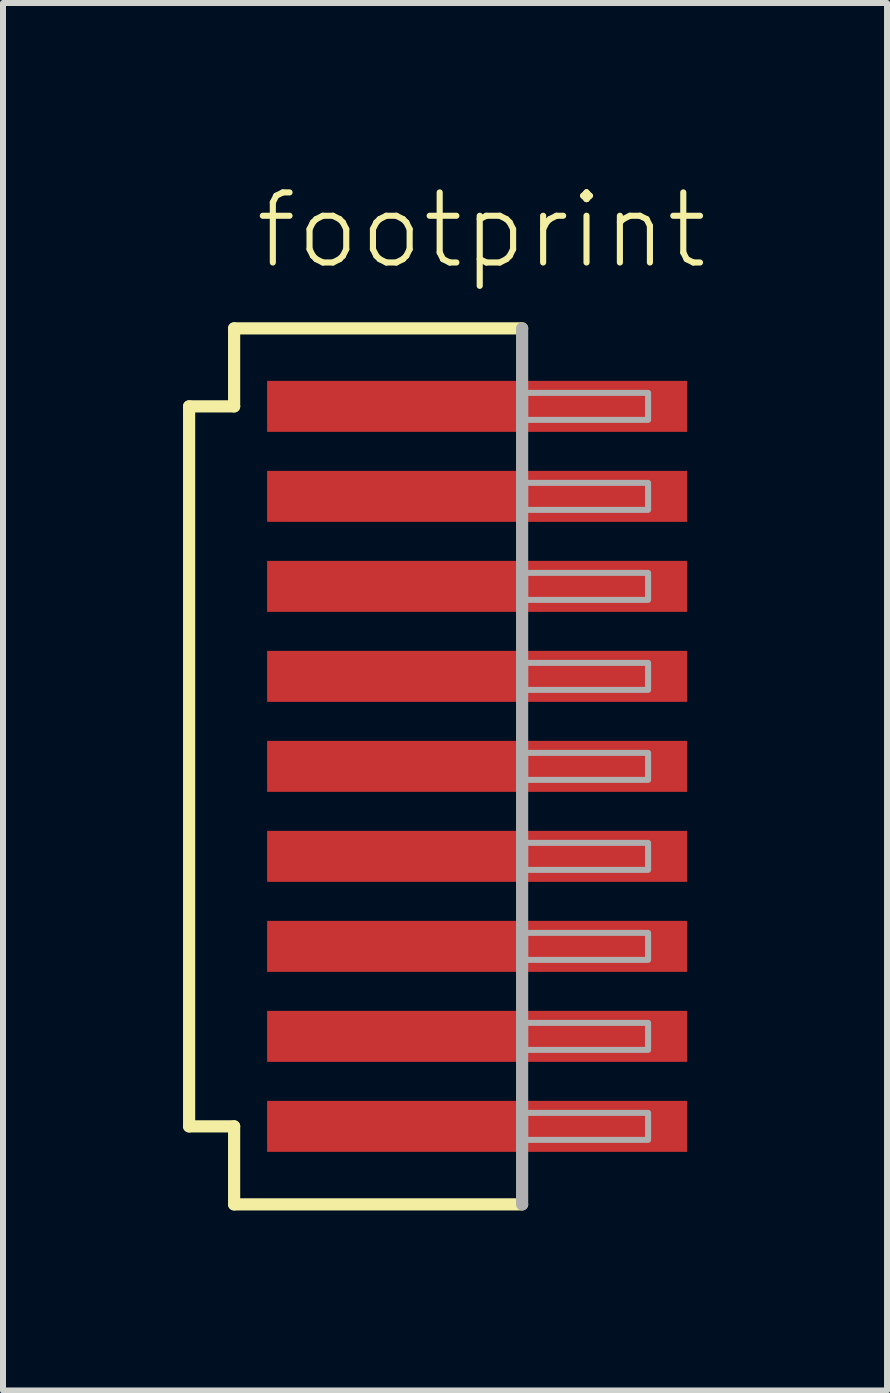
<source format=kicad_pcb>
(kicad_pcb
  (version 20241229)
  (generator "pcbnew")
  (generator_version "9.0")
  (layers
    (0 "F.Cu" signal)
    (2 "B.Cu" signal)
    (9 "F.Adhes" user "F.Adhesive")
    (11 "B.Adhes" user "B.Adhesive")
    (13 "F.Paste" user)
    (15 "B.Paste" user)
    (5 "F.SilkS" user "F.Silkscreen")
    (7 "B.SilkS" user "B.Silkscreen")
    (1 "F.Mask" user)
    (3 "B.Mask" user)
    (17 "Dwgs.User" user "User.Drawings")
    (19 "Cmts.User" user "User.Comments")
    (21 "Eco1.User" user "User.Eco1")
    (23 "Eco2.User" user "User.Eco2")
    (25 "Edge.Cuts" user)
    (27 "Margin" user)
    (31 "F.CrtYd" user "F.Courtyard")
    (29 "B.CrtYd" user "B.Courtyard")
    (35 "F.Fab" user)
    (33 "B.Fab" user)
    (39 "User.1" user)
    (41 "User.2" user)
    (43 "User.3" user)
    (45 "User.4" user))
  (footprint "footprint"
    (layer "F.Cu")
    (at 4.902 9.723)
    (property "Reference" "footprint" (at -3.75 -8.25 0) (layer "F.SilkS") (effects (font (size 1.168 1.168) (thickness 0.102)) (justify left bottom)))
    (fp_line (start -4.8 -6) (end -4.05 -6) (stroke (width 0.203) (type solid)) (layer "F.SilkS"))
    (fp_line (start -4.8 6) (end -4.8 -6) (stroke (width 0.203) (type solid)) (layer "F.SilkS"))
    (fp_line (start -4.05 -7.3) (end 0.75 -7.3) (stroke (width 0.203) (type solid)) (layer "F.SilkS"))
    (fp_line (start -4.05 -6) (end -4.05 -7.3) (stroke (width 0.203) (type solid)) (layer "F.SilkS"))
    (fp_line (start -4.05 6) (end -4.8 6) (stroke (width 0.203) (type solid)) (layer "F.SilkS"))
    (fp_line (start -4.05 7.3) (end -4.05 6) (stroke (width 0.203) (type solid)) (layer "F.SilkS"))
    (fp_line (start 0.75 7.3) (end -4.05 7.3) (stroke (width 0.203) (type solid)) (layer "F.SilkS"))
    (fp_line (start 0.75 -7.3) (end 0.75 7.3) (stroke (width 0.203) (type solid)) (layer "F.Fab"))
    (fp_poly (pts (xy 0.8 -5.775) (xy 2.85 -5.775) (xy 2.85 -6.225) (xy 0.8 -6.225)) (stroke (width 0.1) (type solid)) (fill no) (layer "F.Fab"))
    (fp_poly (pts (xy 0.8 -4.275) (xy 2.85 -4.275) (xy 2.85 -4.725) (xy 0.8 -4.725)) (stroke (width 0.1) (type solid)) (fill no) (layer "F.Fab"))
    (fp_poly (pts (xy 0.8 -2.775) (xy 2.85 -2.775) (xy 2.85 -3.225) (xy 0.8 -3.225)) (stroke (width 0.1) (type solid)) (fill no) (layer "F.Fab"))
    (fp_poly (pts (xy 0.8 -1.275) (xy 2.85 -1.275) (xy 2.85 -1.725) (xy 0.8 -1.725)) (stroke (width 0.1) (type solid)) (fill no) (layer "F.Fab"))
    (fp_poly (pts (xy 0.8 0.225) (xy 2.85 0.225) (xy 2.85 -0.225) (xy 0.8 -0.225)) (stroke (width 0.1) (type solid)) (fill no) (layer "F.Fab"))
    (fp_poly (pts (xy 0.8 1.725) (xy 2.85 1.725) (xy 2.85 1.275) (xy 0.8 1.275)) (stroke (width 0.1) (type solid)) (fill no) (layer "F.Fab"))
    (fp_poly (pts (xy 0.8 3.225) (xy 2.85 3.225) (xy 2.85 2.775) (xy 0.8 2.775)) (stroke (width 0.1) (type solid)) (fill no) (layer "F.Fab"))
    (fp_poly (pts (xy 0.8 4.725) (xy 2.85 4.725) (xy 2.85 4.275) (xy 0.8 4.275)) (stroke (width 0.1) (type solid)) (fill no) (layer "F.Fab"))
    (fp_poly (pts (xy 0.8 6.225) (xy 2.85 6.225) (xy 2.85 5.775) (xy 0.8 5.775)) (stroke (width 0.1) (type solid)) (fill no) (layer "F.Fab"))
    (pad "1" smd rect (at 0 -6) (size 7 0.85) (layers "F.Cu" "F.Mask" "F.Paste"))
    (pad "2" smd rect (at 0 -4.5) (size 7 0.85) (layers "F.Cu" "F.Mask" "F.Paste"))
    (pad "3" smd rect (at 0 -3) (size 7 0.85) (layers "F.Cu" "F.Mask" "F.Paste"))
    (pad "4" smd rect (at 0 -1.5) (size 7 0.85) (layers "F.Cu" "F.Mask" "F.Paste"))
    (pad "5" smd rect (at 0 0) (size 7 0.85) (layers "F.Cu" "F.Mask" "F.Paste"))
    (pad "6" smd rect (at 0 1.5) (size 7 0.85) (layers "F.Cu" "F.Mask" "F.Paste"))
    (pad "7" smd rect (at 0 3) (size 7 0.85) (layers "F.Cu" "F.Mask" "F.Paste"))
    (pad "8" smd rect (at 0 4.5) (size 7 0.85) (layers "F.Cu" "F.Mask" "F.Paste"))
    (pad "9" smd rect (at 0 6) (size 7 0.85) (layers "F.Cu" "F.Mask" "F.Paste")))
  (gr_rect
    (start -3 -3)
    (end 11.734 20.125)
    (stroke (width 0.1) (type default))
    (fill no)
    (layer "Edge.Cuts")))
</source>
